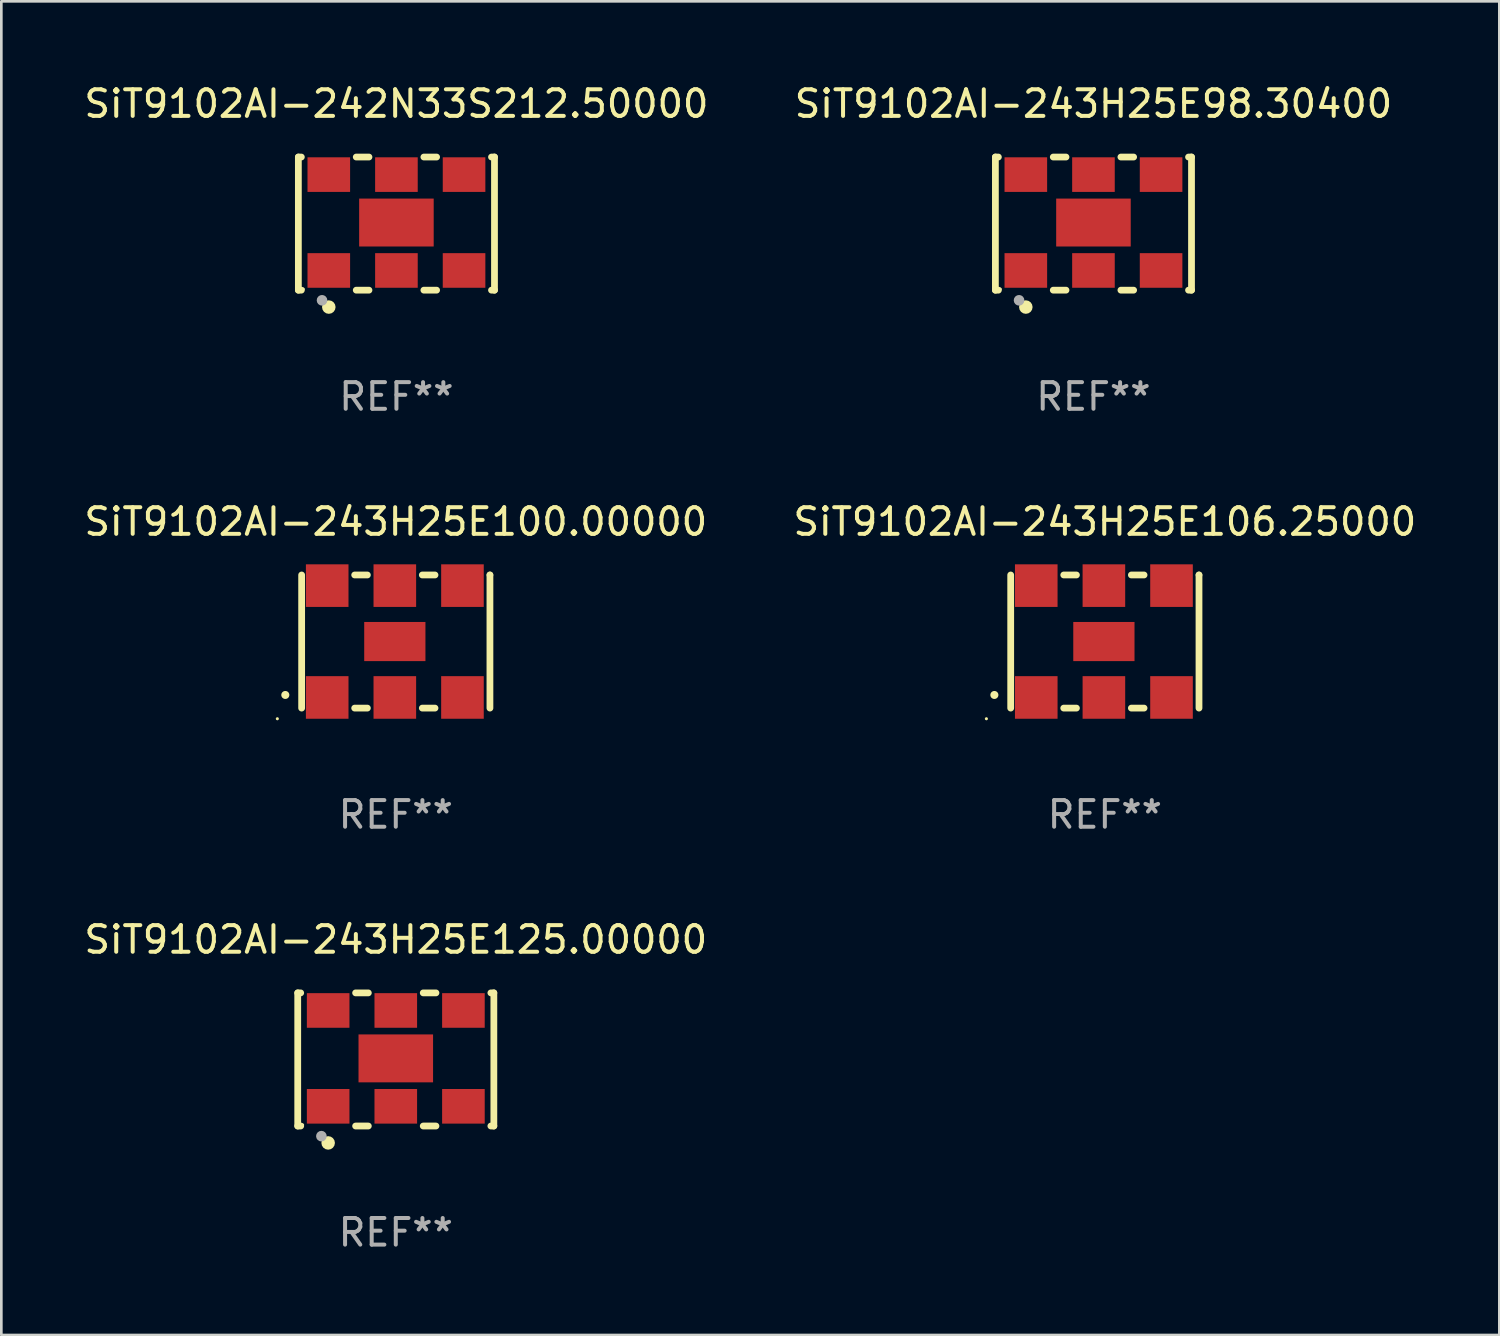
<source format=kicad_pcb>
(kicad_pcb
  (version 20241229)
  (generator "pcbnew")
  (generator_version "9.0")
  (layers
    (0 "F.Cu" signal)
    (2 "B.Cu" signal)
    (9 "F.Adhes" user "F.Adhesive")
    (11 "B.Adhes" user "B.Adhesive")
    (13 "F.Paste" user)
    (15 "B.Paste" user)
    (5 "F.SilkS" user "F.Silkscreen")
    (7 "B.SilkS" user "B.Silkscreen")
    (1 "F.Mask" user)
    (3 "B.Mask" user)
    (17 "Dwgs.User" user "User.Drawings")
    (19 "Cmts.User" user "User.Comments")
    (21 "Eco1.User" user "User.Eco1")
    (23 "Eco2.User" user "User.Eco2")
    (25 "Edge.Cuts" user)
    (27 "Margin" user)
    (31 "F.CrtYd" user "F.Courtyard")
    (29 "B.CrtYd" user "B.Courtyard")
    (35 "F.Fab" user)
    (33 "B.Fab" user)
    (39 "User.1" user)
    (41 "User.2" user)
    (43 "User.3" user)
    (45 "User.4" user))
  (footprint "SiT9102AI-243H25E98.30400"
    (layer "F.Cu")
    (at 38.018 5.348)
    (property "Reference" "SiT9102AI-243H25E98.30400" (at 0 -4.5 0) (layer "F.SilkS") (effects (font (size 1 1) (thickness 0.15))))
    (attr through_hole)
    (fp_line (start -3.683 -2.5) (end -3.571 -2.5) (stroke (width 0.254) (type solid)) (layer "F.SilkS"))
    (fp_line (start -3.683 2.5) (end -3.683 -2.5) (stroke (width 0.254) (type solid)) (layer "F.SilkS"))
    (fp_line (start -3.683 2.5) (end -3.571 2.5) (stroke (width 0.254) (type solid)) (layer "F.SilkS"))
    (fp_line (start -1.509 -2.5) (end -1.031 -2.5) (stroke (width 0.254) (type solid)) (layer "F.SilkS"))
    (fp_line (start -1.509 2.5) (end -1.031 2.5) (stroke (width 0.254) (type solid)) (layer "F.SilkS"))
    (fp_line (start 1.031 -2.5) (end 1.509 -2.5) (stroke (width 0.254) (type solid)) (layer "F.SilkS"))
    (fp_line (start 1.031 2.5) (end 1.509 2.5) (stroke (width 0.254) (type solid)) (layer "F.SilkS"))
    (fp_line (start 3.571 -2.5) (end 3.683 -2.5) (stroke (width 0.254) (type solid)) (layer "F.SilkS"))
    (fp_line (start 3.571 2.5) (end 3.683 2.5) (stroke (width 0.254) (type solid)) (layer "F.SilkS"))
    (fp_line (start 3.683 2.5) (end 3.683 -2.5) (stroke (width 0.254) (type solid)) (layer "F.SilkS"))
    (fp_circle (center -3.5 2.46) (end -3.47 2.46) (stroke (width 0.06) (type solid)) (fill no) (layer "F.SilkS"))
    (fp_circle (center -2.54 3.135) (end -2.413 3.135) (stroke (width 0.254) (type solid)) (fill no) (layer "F.SilkS"))
    (fp_circle (center -2.794 2.881) (end -2.694 2.881) (stroke (width 0.2) (type solid)) (fill no) (layer "F.Fab"))
    (fp_text user "REF**" (at 0 6.5 0) (layer "F.Fab") (effects (font (size 1 1) (thickness 0.15))))
    (pad "1" smd rect (at -2.54 1.76) (size 1.6 1.3) (layers "F.Cu" "F.Mask" "F.Paste"))
    (pad "2" smd rect (at 0 1.76) (size 1.6 1.3) (layers "F.Cu" "F.Mask" "F.Paste"))
    (pad "3" smd rect (at 2.54 1.76) (size 1.6 1.3) (layers "F.Cu" "F.Mask" "F.Paste"))
    (pad "4" smd rect (at 2.54 -1.84) (size 1.6 1.3) (layers "F.Cu" "F.Mask" "F.Paste"))
    (pad "5" smd rect (at 0 -1.84) (size 1.6 1.3) (layers "F.Cu" "F.Mask" "F.Paste"))
    (pad "6" smd rect (at -2.54 -1.84) (size 1.6 1.3) (layers "F.Cu" "F.Mask" "F.Paste"))
    (pad "7" smd rect (at 0 -0.04) (size 2.8 1.8) (layers "F.Cu" "F.Mask" "F.Paste")))
  (footprint "SiT9102AI-243H25E106.25000"
    (layer "F.Cu")
    (at 38.446 21.045)
    (property "Reference" "SiT9102AI-243H25E106.25000" (at 0 -4.5 0) (layer "F.SilkS") (effects (font (size 1 1) (thickness 0.15))))
    (attr through_hole)
    (fp_line (start -3.536 -2.5) (end -3.536 2.5) (stroke (width 0.254) (type solid)) (layer "F.SilkS"))
    (fp_line (start -1.544 2.5) (end -1.067 2.5) (stroke (width 0.254) (type solid)) (layer "F.SilkS"))
    (fp_line (start -1.067 -2.5) (end -1.544 -2.5) (stroke (width 0.254) (type solid)) (layer "F.SilkS"))
    (fp_line (start 0.996 2.5) (end 1.473 2.5) (stroke (width 0.254) (type solid)) (layer "F.SilkS"))
    (fp_line (start 1.473 -2.5) (end 0.996 -2.5) (stroke (width 0.254) (type solid)) (layer "F.SilkS"))
    (fp_line (start 3.536 -2.5) (end 3.536 -2.5) (stroke (width 0.254) (type solid)) (layer "F.SilkS"))
    (fp_line (start 3.536 2.5) (end 3.536 -2.5) (stroke (width 0.254) (type solid)) (layer "F.SilkS"))
    (fp_arc (start -4.150432 2.006604) (mid -4.149162 2.006599) (end -4.147892 2.006604) (stroke (width 0.3) (type solid)) (layer "F.SilkS"))
    (fp_circle (center -4.449 2.9) (end -4.419 2.9) (stroke (width 0.06) (type solid)) (fill no) (layer "F.SilkS"))
    (fp_text user "REF**" (at 0 6.5 0) (layer "F.Fab") (effects (font (size 1 1) (thickness 0.15))))
    (pad "1" smd rect (at -2.576 2.1) (size 1.6 1.6) (layers "F.Cu" "F.Mask" "F.Paste"))
    (pad "2" smd rect (at -0.036 2.1) (size 1.6 1.6) (layers "F.Cu" "F.Mask" "F.Paste"))
    (pad "3" smd rect (at 2.504 2.1) (size 1.6 1.6) (layers "F.Cu" "F.Mask" "F.Paste"))
    (pad "4" smd rect (at 2.504 -2.1) (size 1.6 1.6) (layers "F.Cu" "F.Mask" "F.Paste"))
    (pad "5" smd rect (at -0.036 -2.1) (size 1.6 1.6) (layers "F.Cu" "F.Mask" "F.Paste"))
    (pad "6" smd rect (at -2.576 -2.1) (size 1.6 1.6) (layers "F.Cu" "F.Mask" "F.Paste"))
    (pad "7" smd rect (at -0.036 0) (size 2.3 1.47) (layers "F.Cu" "F.Mask" "F.Paste")))
  (footprint "SiT9102AI-243H25E125.00000"
    (layer "F.Cu")
    (at 11.815 36.741)
    (property "Reference" "SiT9102AI-243H25E125.00000" (at 0 -4.5 0) (layer "F.SilkS") (effects (font (size 1 1) (thickness 0.15))))
    (attr through_hole)
    (fp_line (start -3.683 -2.5) (end -3.571 -2.5) (stroke (width 0.254) (type solid)) (layer "F.SilkS"))
    (fp_line (start -3.683 2.5) (end -3.683 -2.5) (stroke (width 0.254) (type solid)) (layer "F.SilkS"))
    (fp_line (start -3.683 2.5) (end -3.571 2.5) (stroke (width 0.254) (type solid)) (layer "F.SilkS"))
    (fp_line (start -1.509 -2.5) (end -1.031 -2.5) (stroke (width 0.254) (type solid)) (layer "F.SilkS"))
    (fp_line (start -1.509 2.5) (end -1.031 2.5) (stroke (width 0.254) (type solid)) (layer "F.SilkS"))
    (fp_line (start 1.031 -2.5) (end 1.509 -2.5) (stroke (width 0.254) (type solid)) (layer "F.SilkS"))
    (fp_line (start 1.031 2.5) (end 1.509 2.5) (stroke (width 0.254) (type solid)) (layer "F.SilkS"))
    (fp_line (start 3.571 -2.5) (end 3.683 -2.5) (stroke (width 0.254) (type solid)) (layer "F.SilkS"))
    (fp_line (start 3.571 2.5) (end 3.683 2.5) (stroke (width 0.254) (type solid)) (layer "F.SilkS"))
    (fp_line (start 3.683 2.5) (end 3.683 -2.5) (stroke (width 0.254) (type solid)) (layer "F.SilkS"))
    (fp_circle (center -3.5 2.46) (end -3.47 2.46) (stroke (width 0.06) (type solid)) (fill no) (layer "F.SilkS"))
    (fp_circle (center -2.54 3.135) (end -2.413 3.135) (stroke (width 0.254) (type solid)) (fill no) (layer "F.SilkS"))
    (fp_circle (center -2.794 2.881) (end -2.694 2.881) (stroke (width 0.2) (type solid)) (fill no) (layer "F.Fab"))
    (fp_text user "REF**" (at 0 6.5 0) (layer "F.Fab") (effects (font (size 1 1) (thickness 0.15))))
    (pad "1" smd rect (at -2.54 1.76) (size 1.6 1.3) (layers "F.Cu" "F.Mask" "F.Paste"))
    (pad "2" smd rect (at 0 1.76) (size 1.6 1.3) (layers "F.Cu" "F.Mask" "F.Paste"))
    (pad "3" smd rect (at 2.54 1.76) (size 1.6 1.3) (layers "F.Cu" "F.Mask" "F.Paste"))
    (pad "4" smd rect (at 2.54 -1.84) (size 1.6 1.3) (layers "F.Cu" "F.Mask" "F.Paste"))
    (pad "5" smd rect (at 0 -1.84) (size 1.6 1.3) (layers "F.Cu" "F.Mask" "F.Paste"))
    (pad "6" smd rect (at -2.54 -1.84) (size 1.6 1.3) (layers "F.Cu" "F.Mask" "F.Paste"))
    (pad "7" smd rect (at 0 -0.04) (size 2.8 1.8) (layers "F.Cu" "F.Mask" "F.Paste")))
  (footprint "SiT9102AI-242N33S212.50000"
    (layer "F.Cu")
    (at 11.839 5.348)
    (property "Reference" "SiT9102AI-242N33S212.50000" (at 0 -4.5 0) (layer "F.SilkS") (effects (font (size 1 1) (thickness 0.15))))
    (attr through_hole)
    (fp_line (start -3.683 -2.5) (end -3.571 -2.5) (stroke (width 0.254) (type solid)) (layer "F.SilkS"))
    (fp_line (start -3.683 2.5) (end -3.683 -2.5) (stroke (width 0.254) (type solid)) (layer "F.SilkS"))
    (fp_line (start -3.683 2.5) (end -3.571 2.5) (stroke (width 0.254) (type solid)) (layer "F.SilkS"))
    (fp_line (start -1.509 -2.5) (end -1.031 -2.5) (stroke (width 0.254) (type solid)) (layer "F.SilkS"))
    (fp_line (start -1.509 2.5) (end -1.031 2.5) (stroke (width 0.254) (type solid)) (layer "F.SilkS"))
    (fp_line (start 1.031 -2.5) (end 1.509 -2.5) (stroke (width 0.254) (type solid)) (layer "F.SilkS"))
    (fp_line (start 1.031 2.5) (end 1.509 2.5) (stroke (width 0.254) (type solid)) (layer "F.SilkS"))
    (fp_line (start 3.571 -2.5) (end 3.683 -2.5) (stroke (width 0.254) (type solid)) (layer "F.SilkS"))
    (fp_line (start 3.571 2.5) (end 3.683 2.5) (stroke (width 0.254) (type solid)) (layer "F.SilkS"))
    (fp_line (start 3.683 2.5) (end 3.683 -2.5) (stroke (width 0.254) (type solid)) (layer "F.SilkS"))
    (fp_circle (center -3.5 2.46) (end -3.47 2.46) (stroke (width 0.06) (type solid)) (fill no) (layer "F.SilkS"))
    (fp_circle (center -2.54 3.135) (end -2.413 3.135) (stroke (width 0.254) (type solid)) (fill no) (layer "F.SilkS"))
    (fp_circle (center -2.794 2.881) (end -2.694 2.881) (stroke (width 0.2) (type solid)) (fill no) (layer "F.Fab"))
    (fp_text user "REF**" (at 0 6.5 0) (layer "F.Fab") (effects (font (size 1 1) (thickness 0.15))))
    (pad "1" smd rect (at -2.54 1.76) (size 1.6 1.3) (layers "F.Cu" "F.Mask" "F.Paste"))
    (pad "2" smd rect (at 0 1.76) (size 1.6 1.3) (layers "F.Cu" "F.Mask" "F.Paste"))
    (pad "3" smd rect (at 2.54 1.76) (size 1.6 1.3) (layers "F.Cu" "F.Mask" "F.Paste"))
    (pad "4" smd rect (at 2.54 -1.84) (size 1.6 1.3) (layers "F.Cu" "F.Mask" "F.Paste"))
    (pad "5" smd rect (at 0 -1.84) (size 1.6 1.3) (layers "F.Cu" "F.Mask" "F.Paste"))
    (pad "6" smd rect (at -2.54 -1.84) (size 1.6 1.3) (layers "F.Cu" "F.Mask" "F.Paste"))
    (pad "7" smd rect (at 0 -0.04) (size 2.8 1.8) (layers "F.Cu" "F.Mask" "F.Paste")))
  (footprint "SiT9102AI-243H25E100.00000"
    (layer "F.Cu")
    (at 11.815 21.045)
    (property "Reference" "SiT9102AI-243H25E100.00000" (at 0 -4.5 0) (layer "F.SilkS") (effects (font (size 1 1) (thickness 0.15))))
    (attr through_hole)
    (fp_line (start -3.536 -2.5) (end -3.536 2.5) (stroke (width 0.254) (type solid)) (layer "F.SilkS"))
    (fp_line (start -1.544 2.5) (end -1.067 2.5) (stroke (width 0.254) (type solid)) (layer "F.SilkS"))
    (fp_line (start -1.067 -2.5) (end -1.544 -2.5) (stroke (width 0.254) (type solid)) (layer "F.SilkS"))
    (fp_line (start 0.996 2.5) (end 1.473 2.5) (stroke (width 0.254) (type solid)) (layer "F.SilkS"))
    (fp_line (start 1.473 -2.5) (end 0.996 -2.5) (stroke (width 0.254) (type solid)) (layer "F.SilkS"))
    (fp_line (start 3.536 -2.5) (end 3.536 -2.5) (stroke (width 0.254) (type solid)) (layer "F.SilkS"))
    (fp_line (start 3.536 2.5) (end 3.536 -2.5) (stroke (width 0.254) (type solid)) (layer "F.SilkS"))
    (fp_arc (start -4.150432 2.006604) (mid -4.149162 2.006599) (end -4.147892 2.006604) (stroke (width 0.3) (type solid)) (layer "F.SilkS"))
    (fp_circle (center -4.449 2.9) (end -4.419 2.9) (stroke (width 0.06) (type solid)) (fill no) (layer "F.SilkS"))
    (fp_text user "REF**" (at 0 6.5 0) (layer "F.Fab") (effects (font (size 1 1) (thickness 0.15))))
    (pad "1" smd rect (at -2.576 2.1) (size 1.6 1.6) (layers "F.Cu" "F.Mask" "F.Paste"))
    (pad "2" smd rect (at -0.036 2.1) (size 1.6 1.6) (layers "F.Cu" "F.Mask" "F.Paste"))
    (pad "3" smd rect (at 2.504 2.1) (size 1.6 1.6) (layers "F.Cu" "F.Mask" "F.Paste"))
    (pad "4" smd rect (at 2.504 -2.1) (size 1.6 1.6) (layers "F.Cu" "F.Mask" "F.Paste"))
    (pad "5" smd rect (at -0.036 -2.1) (size 1.6 1.6) (layers "F.Cu" "F.Mask" "F.Paste"))
    (pad "6" smd rect (at -2.576 -2.1) (size 1.6 1.6) (layers "F.Cu" "F.Mask" "F.Paste"))
    (pad "7" smd rect (at -0.036 0) (size 2.3 1.47) (layers "F.Cu" "F.Mask" "F.Paste")))
  (gr_rect
    (start -3 -3)
    (end 53.262 47.09)
    (stroke (width 0.1) (type default))
    (fill no)
    (layer "Edge.Cuts")))
</source>
